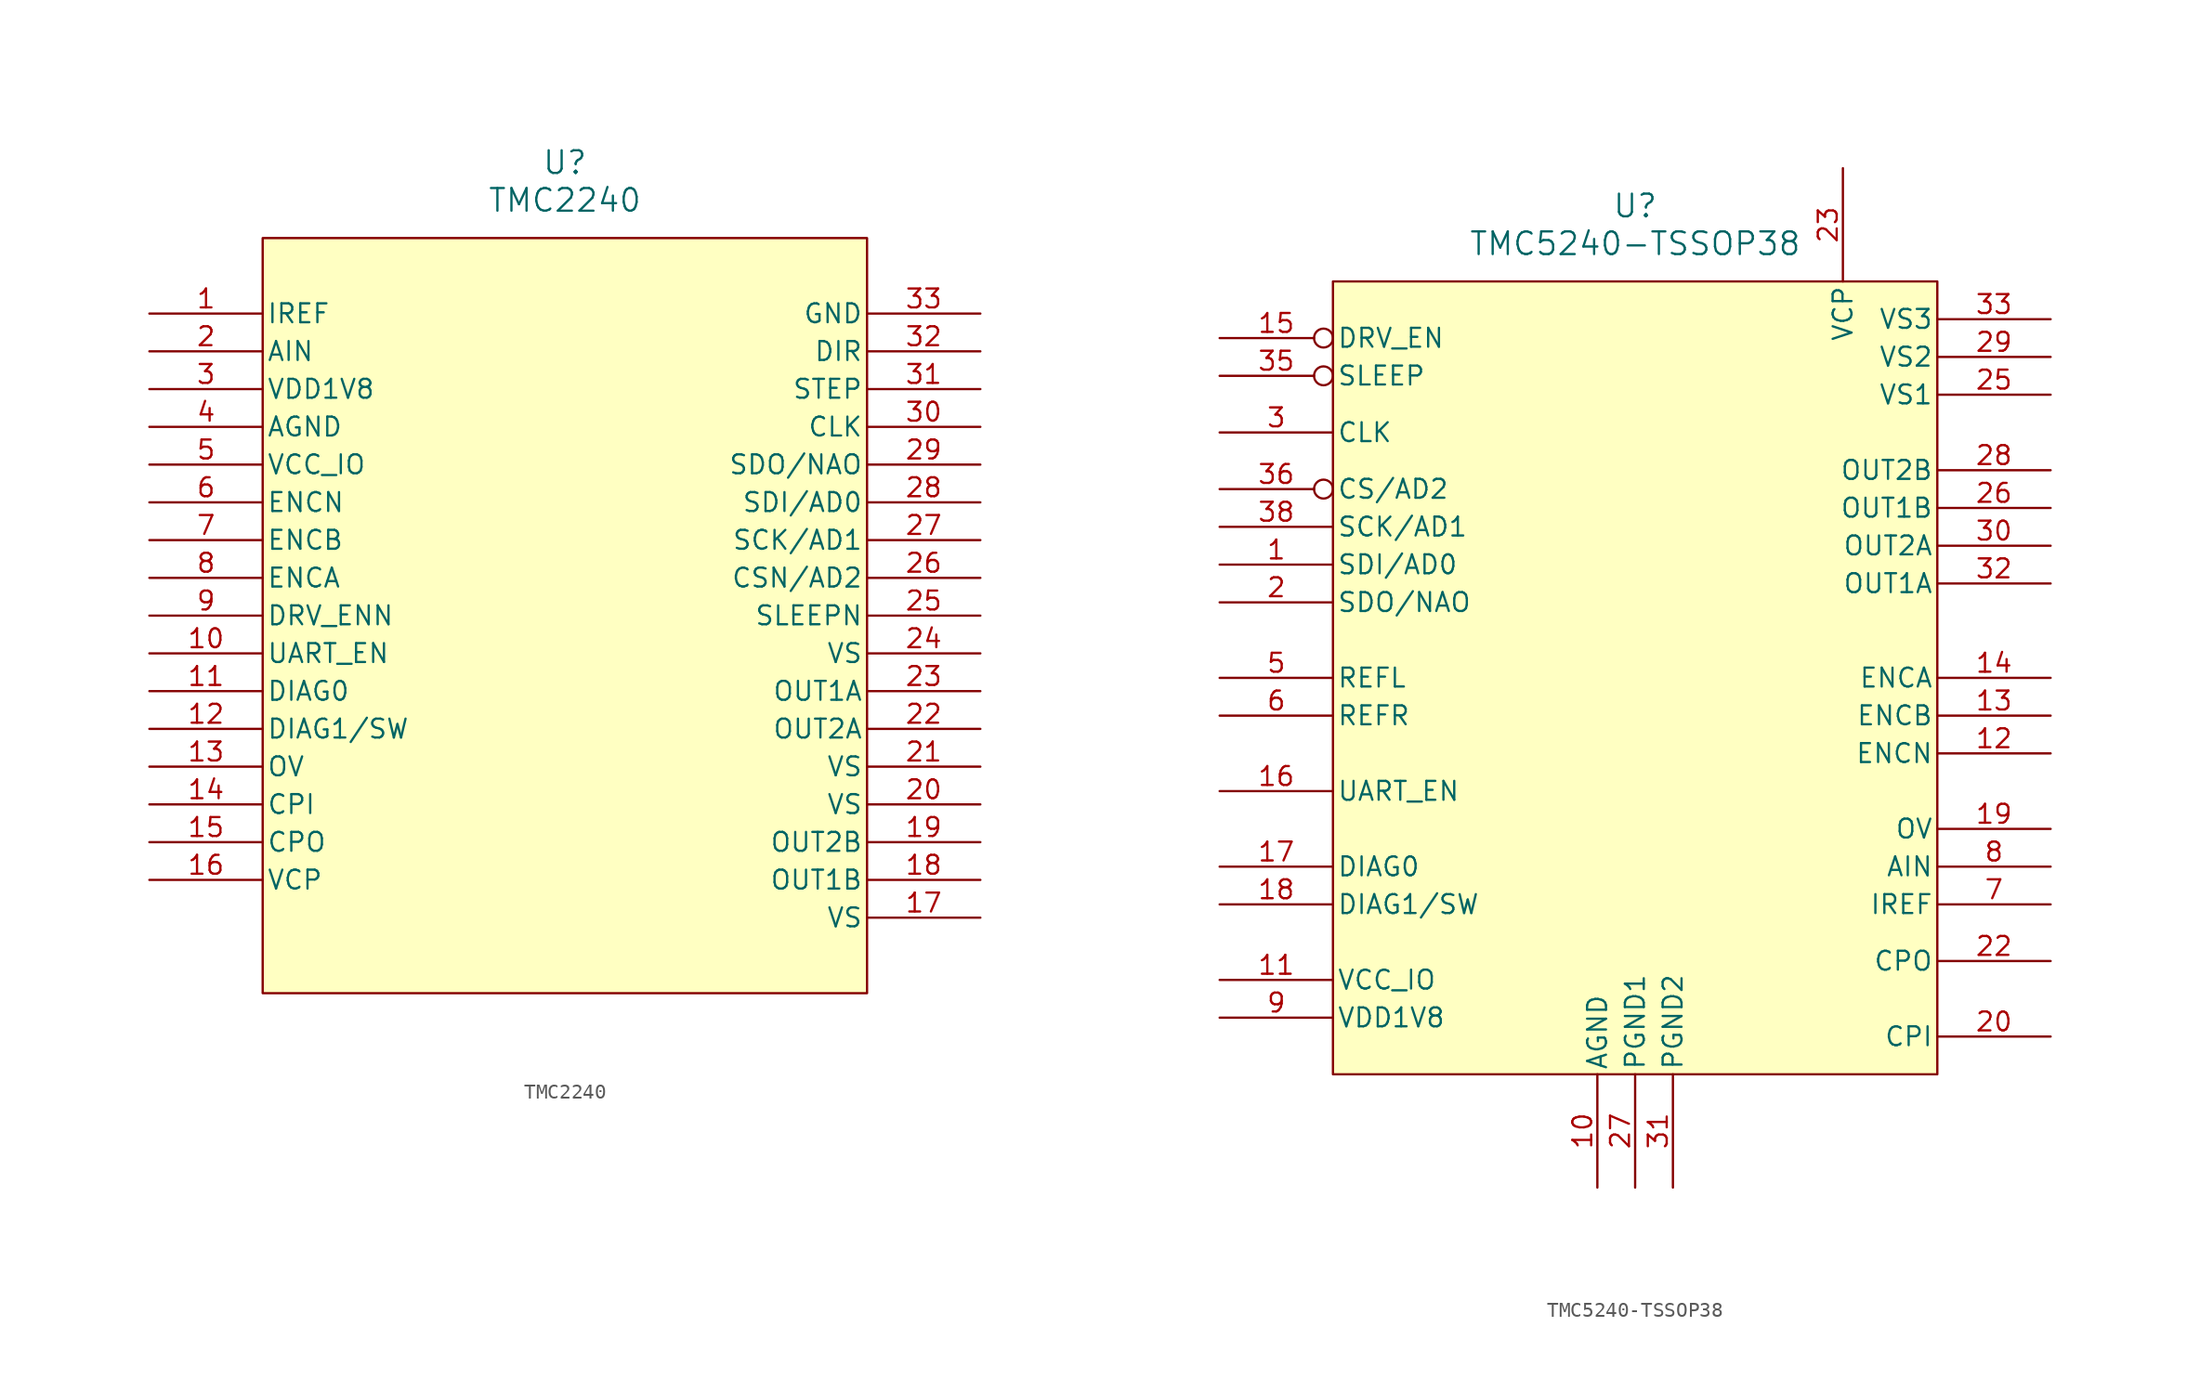
<source format=kicad_sym>
(kicad_symbol_lib
  (version 20220914)
  (generator kicad_symbol_editor)
  (symbol "TMC2240"
    (pin_names
      (offset 0.254))
    (property "Reference" "U"
      (at 0 29.21 0)
      (effects (font (size 1.524 1.524))))
    (property "Value" "TMC2240"
      (at 0 26.67 0)
      (effects (font (size 1.524 1.524))))
    (symbol "TMC2240_0_1"
      (pin input line (at -27.94 19.05 0) (length 7.62) (name "IREF" (effects (font (size 1.27 1.27)))) (number "1" (effects (font (size 1.27 1.27)))))
      (pin input line (at -27.94 -3.81 0) (length 7.62) (name "UART_EN" (effects (font (size 1.27 1.27)))) (number "10" (effects (font (size 1.27 1.27)))))
      (pin output line (at -27.94 -6.35 0) (length 7.62) (name "DIAG0" (effects (font (size 1.27 1.27)))) (number "11" (effects (font (size 1.27 1.27)))))
      (pin bidirectional line (at -27.94 -8.89 0) (length 7.62) (name "DIAG1/SW" (effects (font (size 1.27 1.27)))) (number "12" (effects (font (size 1.27 1.27)))))
      (pin output line (at -27.94 -11.43 0) (length 7.62) (name "OV" (effects (font (size 1.27 1.27)))) (number "13" (effects (font (size 1.27 1.27)))))
      (pin output line (at -27.94 -13.97 0) (length 7.62) (name "CPI" (effects (font (size 1.27 1.27)))) (number "14" (effects (font (size 1.27 1.27)))))
      (pin output line (at -27.94 -16.51 0) (length 7.62) (name "CPO" (effects (font (size 1.27 1.27)))) (number "15" (effects (font (size 1.27 1.27)))))
      (pin output line (at -27.94 -19.05 0) (length 7.62) (name "VCP" (effects (font (size 1.27 1.27)))) (number "16" (effects (font (size 1.27 1.27)))))
      (pin power_in line (at 27.94 -21.59 180) (length 7.62) (name "VS" (effects (font (size 1.27 1.27)))) (number "17" (effects (font (size 1.27 1.27)))))
      (pin output line (at 27.94 -19.05 180) (length 7.62) (name "OUT1B" (effects (font (size 1.27 1.27)))) (number "18" (effects (font (size 1.27 1.27)))))
      (pin output line (at 27.94 -16.51 180) (length 7.62) (name "OUT2B" (effects (font (size 1.27 1.27)))) (number "19" (effects (font (size 1.27 1.27)))))
      (pin input line (at -27.94 16.51 0) (length 7.62) (name "AIN" (effects (font (size 1.27 1.27)))) (number "2" (effects (font (size 1.27 1.27)))))
      (pin power_in line (at 27.94 -13.97 180) (length 7.62) (name "VS" (effects (font (size 1.27 1.27)))) (number "20" (effects (font (size 1.27 1.27)))))
      (pin power_in line (at 27.94 -11.43 180) (length 7.62) (name "VS" (effects (font (size 1.27 1.27)))) (number "21" (effects (font (size 1.27 1.27)))))
      (pin output line (at 27.94 -8.89 180) (length 7.62) (name "OUT2A" (effects (font (size 1.27 1.27)))) (number "22" (effects (font (size 1.27 1.27)))))
      (pin output line (at 27.94 -6.35 180) (length 7.62) (name "OUT1A" (effects (font (size 1.27 1.27)))) (number "23" (effects (font (size 1.27 1.27)))))
      (pin power_in line (at 27.94 -3.81 180) (length 7.62) (name "VS" (effects (font (size 1.27 1.27)))) (number "24" (effects (font (size 1.27 1.27)))))
      (pin input line (at 27.94 -1.27 180) (length 7.62) (name "SLEEPN" (effects (font (size 1.27 1.27)))) (number "25" (effects (font (size 1.27 1.27)))))
      (pin input line (at 27.94 1.27 180) (length 7.62) (name "CSN/AD2" (effects (font (size 1.27 1.27)))) (number "26" (effects (font (size 1.27 1.27)))))
      (pin input line (at 27.94 3.81 180) (length 7.62) (name "SCK/AD1" (effects (font (size 1.27 1.27)))) (number "27" (effects (font (size 1.27 1.27)))))
      (pin input line (at 27.94 6.35 180) (length 7.62) (name "SDI/AD0" (effects (font (size 1.27 1.27)))) (number "28" (effects (font (size 1.27 1.27)))))
      (pin bidirectional line (at 27.94 8.89 180) (length 7.62) (name "SDO/NAO" (effects (font (size 1.27 1.27)))) (number "29" (effects (font (size 1.27 1.27)))))
      (pin power_in line (at -27.94 13.97 0) (length 7.62) (name "VDD1V8" (effects (font (size 1.27 1.27)))) (number "3" (effects (font (size 1.27 1.27)))))
      (pin input line (at 27.94 11.43 180) (length 7.62) (name "CLK" (effects (font (size 1.27 1.27)))) (number "30" (effects (font (size 1.27 1.27)))))
      (pin input line (at 27.94 13.97 180) (length 7.62) (name "STEP" (effects (font (size 1.27 1.27)))) (number "31" (effects (font (size 1.27 1.27)))))
      (pin input line (at 27.94 16.51 180) (length 7.62) (name "DIR" (effects (font (size 1.27 1.27)))) (number "32" (effects (font (size 1.27 1.27)))))
      (pin power_out line (at 27.94 19.05 180) (length 7.62) (name "GND" (effects (font (size 1.27 1.27)))) (number "33" (effects (font (size 1.27 1.27)))))
      (pin power_out line (at -27.94 11.43 0) (length 7.62) (name "AGND" (effects (font (size 1.27 1.27)))) (number "4" (effects (font (size 1.27 1.27)))))
      (pin power_in line (at -27.94 8.89 0) (length 7.62) (name "VCC_IO" (effects (font (size 1.27 1.27)))) (number "5" (effects (font (size 1.27 1.27)))))
      (pin input line (at -27.94 6.35 0) (length 7.62) (name "ENCN" (effects (font (size 1.27 1.27)))) (number "6" (effects (font (size 1.27 1.27)))))
      (pin input line (at -27.94 3.81 0) (length 7.62) (name "ENCB" (effects (font (size 1.27 1.27)))) (number "7" (effects (font (size 1.27 1.27)))))
      (pin input line (at -27.94 1.27 0) (length 7.62) (name "ENCA" (effects (font (size 1.27 1.27)))) (number "8" (effects (font (size 1.27 1.27)))))
      (pin input line (at -27.94 -1.27 0) (length 7.62) (name "DRV_ENN" (effects (font (size 1.27 1.27)))) (number "9" (effects (font (size 1.27 1.27))))))
    (symbol "TMC2240_1_1"
      (rectangle (start -20.32 24.13) (end 20.32 -26.67) (stroke (width 0) (type default)) (fill (type background)))))
  (symbol "TMC5240-TSSOP38"
    (pin_names
      (offset 0.254))
    (property "Reference" "U"
      (at 0 31.75 0)
      (effects (font (size 1.524 1.524))))
    (property "Value" "TMC5240-TSSOP38"
      (at 0 29.21 0)
      (effects (font (size 1.524 1.524))))
    (symbol "TMC5240-TSSOP38_1_1"
      (rectangle (start -20.32 26.67) (end 20.32 -26.67) (stroke (width 0) (type default)) (fill (type background)))
      (pin input line (at -27.94 7.62 0) (length 7.62) (name "SDI/AD0" (effects (font (size 1.27 1.27)))) (number "1" (effects (font (size 1.27 1.27)))))
      (pin power_out line (at -2.54 -34.29 90) (length 7.62) (name "AGND" (effects (font (size 1.27 1.27)))) (number "10" (effects (font (size 1.27 1.27)))))
      (pin power_in line (at -27.94 -20.32 0) (length 7.62) (name "VCC_IO" (effects (font (size 1.27 1.27)))) (number "11" (effects (font (size 1.27 1.27)))))
      (pin input line (at 27.94 -5.08 180) (length 7.62) (name "ENCN" (effects (font (size 1.27 1.27)))) (number "12" (effects (font (size 1.27 1.27)))))
      (pin input line (at 27.94 -2.54 180) (length 7.62) (name "ENCB" (effects (font (size 1.27 1.27)))) (number "13" (effects (font (size 1.27 1.27)))))
      (pin input line (at 27.94 0 180) (length 7.62) (name "ENCA" (effects (font (size 1.27 1.27)))) (number "14" (effects (font (size 1.27 1.27)))))
      (pin input inverted (at -27.94 22.86 0) (length 7.62) (name "DRV_EN" (effects (font (size 1.27 1.27)))) (number "15" (effects (font (size 1.27 1.27)))))
      (pin input line (at -27.94 -7.62 0) (length 7.62) (name "UART_EN" (effects (font (size 1.27 1.27)))) (number "16" (effects (font (size 1.27 1.27)))))
      (pin output line (at -27.94 -12.7 0) (length 7.62) (name "DIAG0" (effects (font (size 1.27 1.27)))) (number "17" (effects (font (size 1.27 1.27)))))
      (pin bidirectional line (at -27.94 -15.24 0) (length 7.62) (name "DIAG1/SW" (effects (font (size 1.27 1.27)))) (number "18" (effects (font (size 1.27 1.27)))))
      (pin output line (at 27.94 -10.16 180) (length 7.62) (name "OV" (effects (font (size 1.27 1.27)))) (number "19" (effects (font (size 1.27 1.27)))))
      (pin bidirectional line (at -27.94 5.08 0) (length 7.62) (name "SDO/NAO" (effects (font (size 1.27 1.27)))) (number "2" (effects (font (size 1.27 1.27)))))
      (pin output line (at 27.94 -24.13 180) (length 7.62) (name "CPI" (effects (font (size 1.27 1.27)))) (number "20" (effects (font (size 1.27 1.27)))))
      (pin output line (at 27.94 -19.05 180) (length 7.62) (name "CPO" (effects (font (size 1.27 1.27)))) (number "22" (effects (font (size 1.27 1.27)))))
      (pin output line (at 13.97 34.29 270) (length 7.62) (name "VCP" (effects (font (size 1.27 1.27)))) (number "23" (effects (font (size 1.27 1.27)))))
      (pin power_in line (at 27.94 19.05 180) (length 7.62) (name "VS1" (effects (font (size 1.27 1.27)))) (number "25" (effects (font (size 1.27 1.27)))))
      (pin output line (at 27.94 11.43 180) (length 7.62) (name "OUT1B" (effects (font (size 1.27 1.27)))) (number "26" (effects (font (size 1.27 1.27)))))
      (pin power_out line (at 0 -34.29 90) (length 7.62) (name "PGND1" (effects (font (size 1.27 1.27)))) (number "27" (effects (font (size 1.27 1.27)))))
      (pin output line (at 27.94 13.97 180) (length 7.62) (name "OUT2B" (effects (font (size 1.27 1.27)))) (number "28" (effects (font (size 1.27 1.27)))))
      (pin power_in line (at 27.94 21.59 180) (length 7.62) (name "VS2" (effects (font (size 1.27 1.27)))) (number "29" (effects (font (size 1.27 1.27)))))
      (pin input line (at -27.94 16.51 0) (length 7.62) (name "CLK" (effects (font (size 1.27 1.27)))) (number "3" (effects (font (size 1.27 1.27)))))
      (pin output line (at 27.94 8.89 180) (length 7.62) (name "OUT2A" (effects (font (size 1.27 1.27)))) (number "30" (effects (font (size 1.27 1.27)))))
      (pin power_out line (at 2.54 -34.29 90) (length 7.62) (name "PGND2" (effects (font (size 1.27 1.27)))) (number "31" (effects (font (size 1.27 1.27)))))
      (pin output line (at 27.94 6.35 180) (length 7.62) (name "OUT1A" (effects (font (size 1.27 1.27)))) (number "32" (effects (font (size 1.27 1.27)))))
      (pin power_in line (at 27.94 24.13 180) (length 7.62) (name "VS3" (effects (font (size 1.27 1.27)))) (number "33" (effects (font (size 1.27 1.27)))))
      (pin input inverted (at -27.94 20.32 0) (length 7.62) (name "SLEEP" (effects (font (size 1.27 1.27)))) (number "35" (effects (font (size 1.27 1.27)))))
      (pin input inverted (at -27.94 12.7 0) (length 7.62) (name "CS/AD2" (effects (font (size 1.27 1.27)))) (number "36" (effects (font (size 1.27 1.27)))))
      (pin input line (at -27.94 10.16 0) (length 7.62) (name "SCK/AD1" (effects (font (size 1.27 1.27)))) (number "38" (effects (font (size 1.27 1.27)))))
      (pin input line (at -27.94 0 0) (length 7.62) (name "REFL" (effects (font (size 1.27 1.27)))) (number "5" (effects (font (size 1.27 1.27)))))
      (pin input line (at -27.94 -2.54 0) (length 7.62) (name "REFR" (effects (font (size 1.27 1.27)))) (number "6" (effects (font (size 1.27 1.27)))))
      (pin input line (at 27.94 -15.24 180) (length 7.62) (name "IREF" (effects (font (size 1.27 1.27)))) (number "7" (effects (font (size 1.27 1.27)))))
      (pin input line (at 27.94 -12.7 180) (length 7.62) (name "AIN" (effects (font (size 1.27 1.27)))) (number "8" (effects (font (size 1.27 1.27)))))
      (pin power_in line (at -27.94 -22.86 0) (length 7.62) (name "VDD1V8" (effects (font (size 1.27 1.27)))) (number "9" (effects (font (size 1.27 1.27))))))))
</source>
